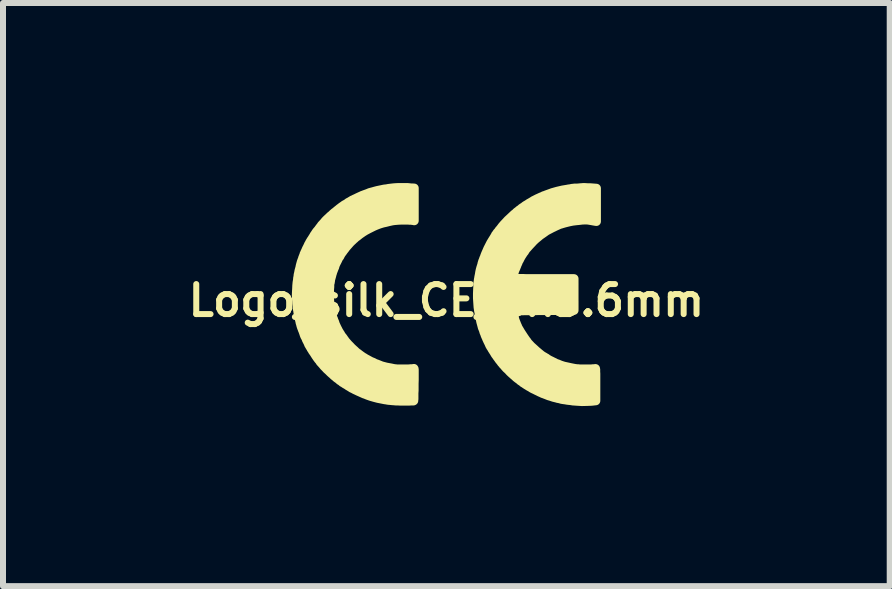
<source format=kicad_pcb>
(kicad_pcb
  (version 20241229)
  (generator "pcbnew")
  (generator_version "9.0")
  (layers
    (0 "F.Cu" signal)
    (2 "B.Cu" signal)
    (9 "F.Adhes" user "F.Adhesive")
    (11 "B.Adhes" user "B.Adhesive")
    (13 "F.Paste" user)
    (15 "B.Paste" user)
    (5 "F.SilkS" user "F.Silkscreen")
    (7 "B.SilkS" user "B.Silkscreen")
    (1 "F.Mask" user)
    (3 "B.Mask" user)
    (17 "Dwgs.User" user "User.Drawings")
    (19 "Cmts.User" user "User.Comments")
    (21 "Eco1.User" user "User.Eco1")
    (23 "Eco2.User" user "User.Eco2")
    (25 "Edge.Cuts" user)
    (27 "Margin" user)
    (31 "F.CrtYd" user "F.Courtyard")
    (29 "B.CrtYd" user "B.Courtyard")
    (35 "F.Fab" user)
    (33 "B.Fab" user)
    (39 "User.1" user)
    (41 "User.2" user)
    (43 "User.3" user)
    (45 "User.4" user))
  (footprint "Logo_silk_CE_5x3.6mm"
    (layer "F.Cu")
    (at 4.386 1.856)
    (property "Reference" "Logo_silk_CE_5x3.6mm" (at 0 0.1 0) (layer "F.SilkS") (effects (font (size 0.5 0.5) (thickness 0.1))))
    (attr exclude_from_pos_files)
    (fp_poly (pts (xy 2.499 -1.217) (xy 2.484 -1.219) (xy 2.438 -1.227) (xy 2.398 -1.234) (xy 2.362 -1.24) (xy 2.329 -1.242) (xy 2.304 -1.242) (xy 2.261 -1.24) (xy 2.212 -1.234) (xy 2.159 -1.229) (xy 2.103 -1.222) (xy 2.052 -1.212) (xy 2.007 -1.201) (xy 1.968 -1.191) (xy 1.933 -1.181) (xy 1.908 -1.173) (xy 1.882 -1.166) (xy 1.862 -1.156) (xy 1.839 -1.146) (xy 1.811 -1.133) (xy 1.781 -1.118) (xy 1.763 -1.11) (xy 1.725 -1.09) (xy 1.694 -1.074) (xy 1.666 -1.059) (xy 1.641 -1.041) (xy 1.613 -1.021) (xy 1.58 -0.998) (xy 1.562 -0.986) (xy 1.529 -0.958) (xy 1.491 -0.927) (xy 1.453 -0.892) (xy 1.417 -0.853) (xy 1.384 -0.818) (xy 1.359 -0.79) (xy 1.346 -0.775) (xy 1.333 -0.762) (xy 1.326 -0.752) (xy 1.318 -0.742) (xy 1.308 -0.726) (xy 1.303 -0.716) (xy 1.298 -0.709) (xy 1.29 -0.701) (xy 1.28 -0.686) (xy 1.265 -0.663) (xy 1.247 -0.635) (xy 1.229 -0.602) (xy 1.224 -0.592) (xy 1.217 -0.577) (xy 1.209 -0.564) (xy 1.206 -0.559) (xy 1.201 -0.551) (xy 1.196 -0.538) (xy 1.194 -0.531) (xy 1.186 -0.513) (xy 1.176 -0.493) (xy 1.176 -0.488) (xy 1.166 -0.465) (xy 1.156 -0.439) (xy 1.143 -0.411) (xy 1.135 -0.389) (xy 1.128 -0.366) (xy 1.123 -0.353) (xy 1.123 -0.351) (xy 1.12 -0.335) (xy 1.115 -0.318) (xy 1.11 -0.305) (xy 1.107 -0.287) (xy 1.105 -0.274) (xy 1.102 -0.269) (xy 1.107 -0.269) (xy 1.123 -0.267) (xy 1.148 -0.267) (xy 1.181 -0.267) (xy 1.224 -0.267) (xy 1.275 -0.267) (xy 1.336 -0.264) (xy 1.405 -0.264) (xy 1.478 -0.264) (xy 1.562 -0.264) (xy 1.615 -0.264) (xy 2.126 -0.264) (xy 2.126 0) (xy 2.126 0.264) (xy 1.613 0.267) (xy 1.1 0.272) (xy 1.113 0.32) (xy 1.12 0.353) (xy 1.133 0.391) (xy 1.143 0.427) (xy 1.156 0.46) (xy 1.166 0.485) (xy 1.173 0.503) (xy 1.181 0.521) (xy 1.184 0.526) (xy 1.191 0.546) (xy 1.201 0.564) (xy 1.212 0.582) (xy 1.222 0.599) (xy 1.234 0.62) (xy 1.25 0.645) (xy 1.267 0.671) (xy 1.283 0.696) (xy 1.3 0.721) (xy 1.316 0.744) (xy 1.326 0.759) (xy 1.333 0.77) (xy 1.336 0.77) (xy 1.346 0.785) (xy 1.356 0.8) (xy 1.369 0.815) (xy 1.389 0.836) (xy 1.412 0.861) (xy 1.44 0.886) (xy 1.471 0.914) (xy 1.499 0.94) (xy 1.527 0.963) (xy 1.544 0.978) (xy 1.557 0.988) (xy 1.567 0.996) (xy 1.57 0.998) (xy 1.577 1.006) (xy 1.593 1.016) (xy 1.608 1.026) (xy 1.626 1.036) (xy 1.643 1.046) (xy 1.654 1.054) (xy 1.661 1.057) (xy 1.666 1.059) (xy 1.666 1.062) (xy 1.669 1.064) (xy 1.681 1.072) (xy 1.699 1.082) (xy 1.722 1.095) (xy 1.748 1.107) (xy 1.773 1.12) (xy 1.801 1.133) (xy 1.824 1.146) (xy 1.844 1.153) (xy 1.847 1.153) (xy 1.902 1.176) (xy 1.958 1.194) (xy 2.014 1.206) (xy 2.073 1.219) (xy 2.139 1.232) (xy 2.177 1.237) (xy 2.195 1.237) (xy 2.217 1.24) (xy 2.245 1.24) (xy 2.278 1.24) (xy 2.314 1.24) (xy 2.349 1.24) (xy 2.385 1.24) (xy 2.416 1.24) (xy 2.443 1.237) (xy 2.464 1.237) (xy 2.477 1.234) (xy 2.479 1.234) (xy 2.482 1.234) (xy 2.484 1.234) (xy 2.484 1.237) (xy 2.487 1.245) (xy 2.487 1.255) (xy 2.487 1.27) (xy 2.487 1.29) (xy 2.489 1.318) (xy 2.489 1.354) (xy 2.489 1.394) (xy 2.489 1.445) (xy 2.489 1.501) (xy 2.489 1.77) (xy 2.418 1.778) (xy 2.342 1.781) (xy 2.258 1.783) (xy 2.177 1.778) (xy 2.136 1.775) (xy 2.106 1.773) (xy 2.078 1.768) (xy 2.052 1.765) (xy 2.032 1.763) (xy 2.009 1.76) (xy 1.981 1.755) (xy 1.966 1.753) (xy 1.943 1.75) (xy 1.915 1.745) (xy 1.9 1.74) (xy 1.88 1.735) (xy 1.852 1.73) (xy 1.826 1.722) (xy 1.824 1.722) (xy 1.783 1.712) (xy 1.745 1.699) (xy 1.704 1.687) (xy 1.659 1.669) (xy 1.638 1.661) (xy 1.626 1.656) (xy 1.61 1.651) (xy 1.598 1.646) (xy 1.577 1.636) (xy 1.554 1.626) (xy 1.529 1.613) (xy 1.501 1.6) (xy 1.476 1.587) (xy 1.45 1.575) (xy 1.43 1.565) (xy 1.417 1.557) (xy 1.41 1.554) (xy 1.405 1.549) (xy 1.397 1.544) (xy 1.377 1.534) (xy 1.361 1.524) (xy 1.356 1.521) (xy 1.349 1.516) (xy 1.336 1.509) (xy 1.321 1.499) (xy 1.313 1.494) (xy 1.295 1.481) (xy 1.28 1.473) (xy 1.273 1.468) (xy 1.273 1.466) (xy 1.267 1.46) (xy 1.255 1.453) (xy 1.252 1.45) (xy 1.24 1.443) (xy 1.232 1.438) (xy 1.232 1.435) (xy 1.224 1.43) (xy 1.214 1.422) (xy 1.212 1.42) (xy 1.184 1.4) (xy 1.168 1.387) (xy 1.161 1.382) (xy 1.151 1.372) (xy 1.133 1.356) (xy 1.115 1.341) (xy 1.11 1.336) (xy 1.087 1.316) (xy 1.057 1.288) (xy 1.029 1.257) (xy 0.998 1.229) (xy 0.973 1.201) (xy 0.953 1.176) (xy 0.945 1.171) (xy 0.935 1.156) (xy 0.925 1.143) (xy 0.922 1.143) (xy 0.912 1.13) (xy 0.902 1.115) (xy 0.899 1.113) (xy 0.892 1.102) (xy 0.884 1.095) (xy 0.884 1.092) (xy 0.879 1.087) (xy 0.871 1.077) (xy 0.864 1.064) (xy 0.853 1.052) (xy 0.846 1.041) (xy 0.841 1.036) (xy 0.838 1.031) (xy 0.831 1.019) (xy 0.818 1.003) (xy 0.805 0.983) (xy 0.805 0.98) (xy 0.792 0.96) (xy 0.78 0.942) (xy 0.772 0.927) (xy 0.767 0.922) (xy 0.762 0.914) (xy 0.757 0.902) (xy 0.744 0.884) (xy 0.744 0.881) (xy 0.739 0.871) (xy 0.734 0.869) (xy 0.732 0.861) (xy 0.724 0.851) (xy 0.716 0.833) (xy 0.706 0.81) (xy 0.696 0.79) (xy 0.686 0.77) (xy 0.681 0.757) (xy 0.673 0.742) (xy 0.665 0.721) (xy 0.658 0.706) (xy 0.65 0.688) (xy 0.645 0.676) (xy 0.643 0.668) (xy 0.64 0.66) (xy 0.638 0.655) (xy 0.635 0.645) (xy 0.627 0.63) (xy 0.622 0.612) (xy 0.617 0.594) (xy 0.61 0.577) (xy 0.607 0.569) (xy 0.599 0.551) (xy 0.592 0.523) (xy 0.584 0.493) (xy 0.574 0.457) (xy 0.566 0.419) (xy 0.559 0.384) (xy 0.551 0.351) (xy 0.546 0.323) (xy 0.544 0.305) (xy 0.541 0.287) (xy 0.538 0.277) (xy 0.528 0.211) (xy 0.523 0.137) (xy 0.518 0.061) (xy 0.518 -0.015) (xy 0.521 -0.091) (xy 0.521 -0.094) (xy 0.523 -0.127) (xy 0.526 -0.16) (xy 0.526 -0.188) (xy 0.528 -0.211) (xy 0.531 -0.224) (xy 0.533 -0.246) (xy 0.538 -0.272) (xy 0.541 -0.292) (xy 0.549 -0.33) (xy 0.556 -0.373) (xy 0.564 -0.411) (xy 0.574 -0.447) (xy 0.584 -0.478) (xy 0.587 -0.488) (xy 0.592 -0.5) (xy 0.592 -0.508) (xy 0.594 -0.518) (xy 0.599 -0.533) (xy 0.605 -0.554) (xy 0.615 -0.577) (xy 0.622 -0.599) (xy 0.627 -0.61) (xy 0.632 -0.62) (xy 0.638 -0.638) (xy 0.64 -0.645) (xy 0.653 -0.678) (xy 0.671 -0.719) (xy 0.691 -0.765) (xy 0.714 -0.81) (xy 0.739 -0.859) (xy 0.765 -0.902) (xy 0.79 -0.942) (xy 0.8 -0.958) (xy 0.808 -0.973) (xy 0.815 -0.983) (xy 0.818 -0.988) (xy 0.82 -0.996) (xy 0.826 -1.001) (xy 0.833 -1.008) (xy 0.833 -1.011) (xy 0.841 -1.024) (xy 0.848 -1.034) (xy 0.856 -1.041) (xy 0.866 -1.054) (xy 0.869 -1.057) (xy 0.876 -1.069) (xy 0.884 -1.079) (xy 0.886 -1.079) (xy 0.892 -1.087) (xy 0.902 -1.1) (xy 0.904 -1.102) (xy 0.927 -1.133) (xy 0.955 -1.166) (xy 0.988 -1.201) (xy 1.024 -1.24) (xy 1.062 -1.275) (xy 1.097 -1.308) (xy 1.13 -1.339) (xy 1.133 -1.341) (xy 1.153 -1.356) (xy 1.168 -1.372) (xy 1.181 -1.382) (xy 1.189 -1.387) (xy 1.212 -1.407) (xy 1.232 -1.42) (xy 1.245 -1.43) (xy 1.252 -1.438) (xy 1.255 -1.438) (xy 1.262 -1.445) (xy 1.275 -1.453) (xy 1.28 -1.455) (xy 1.295 -1.466) (xy 1.306 -1.476) (xy 1.308 -1.476) (xy 1.321 -1.486) (xy 1.331 -1.491) (xy 1.344 -1.499) (xy 1.349 -1.501) (xy 1.354 -1.506) (xy 1.364 -1.511) (xy 1.374 -1.519) (xy 1.389 -1.527) (xy 1.41 -1.539) (xy 1.415 -1.542) (xy 1.435 -1.554) (xy 1.455 -1.567) (xy 1.473 -1.575) (xy 1.476 -1.577) (xy 1.511 -1.595) (xy 1.544 -1.61) (xy 1.572 -1.623) (xy 1.598 -1.633) (xy 1.613 -1.641) (xy 1.623 -1.646) (xy 1.633 -1.646) (xy 1.648 -1.654) (xy 1.674 -1.664) (xy 1.694 -1.671) (xy 1.765 -1.697) (xy 1.847 -1.72) (xy 1.933 -1.74) (xy 2.022 -1.755) (xy 2.035 -1.758) (xy 2.057 -1.76) (xy 2.08 -1.765) (xy 2.095 -1.768) (xy 2.116 -1.77) (xy 2.139 -1.773) (xy 2.159 -1.773) (xy 2.182 -1.773) (xy 2.207 -1.775) (xy 2.235 -1.778) (xy 2.243 -1.778) (xy 2.273 -1.781) (xy 2.311 -1.781) (xy 2.357 -1.778) (xy 2.395 -1.778) (xy 2.499 -1.77) (xy 2.499 -1.494) (xy 2.499 -1.217)) (stroke (width 0.15) (type solid)) (fill yes) (layer "F.SilkS"))
    (fp_poly (pts (xy -0.536 -1.229) (xy -0.554 -1.234) (xy -0.566 -1.234) (xy -0.584 -1.237) (xy -0.61 -1.237) (xy -0.64 -1.24) (xy -0.673 -1.24) (xy -0.744 -1.24) (xy -0.808 -1.237) (xy -0.866 -1.232) (xy -0.902 -1.227) (xy -0.96 -1.214) (xy -1.011 -1.201) (xy -1.057 -1.191) (xy -1.097 -1.179) (xy -1.135 -1.166) (xy -1.173 -1.151) (xy -1.214 -1.133) (xy -1.25 -1.115) (xy -1.3 -1.09) (xy -1.349 -1.064) (xy -1.389 -1.039) (xy -1.422 -1.016) (xy -1.448 -0.998) (xy -1.453 -0.993) (xy -1.46 -0.988) (xy -1.473 -0.978) (xy -1.476 -0.975) (xy -1.488 -0.965) (xy -1.499 -0.96) (xy -1.501 -0.958) (xy -1.506 -0.953) (xy -1.519 -0.942) (xy -1.534 -0.927) (xy -1.542 -0.922) (xy -1.562 -0.902) (xy -1.582 -0.884) (xy -1.6 -0.866) (xy -1.618 -0.846) (xy -1.638 -0.823) (xy -1.654 -0.805) (xy -1.674 -0.782) (xy -1.692 -0.757) (xy -1.712 -0.732) (xy -1.73 -0.706) (xy -1.748 -0.683) (xy -1.76 -0.663) (xy -1.768 -0.648) (xy -1.773 -0.64) (xy -1.773 -0.638) (xy -1.775 -0.632) (xy -1.781 -0.627) (xy -1.791 -0.612) (xy -1.801 -0.594) (xy -1.811 -0.572) (xy -1.824 -0.546) (xy -1.836 -0.523) (xy -1.847 -0.5) (xy -1.854 -0.48) (xy -1.859 -0.467) (xy -1.859 -0.462) (xy -1.862 -0.452) (xy -1.864 -0.452) (xy -1.867 -0.445) (xy -1.872 -0.429) (xy -1.875 -0.424) (xy -1.88 -0.409) (xy -1.885 -0.399) (xy -1.885 -0.396) (xy -1.887 -0.391) (xy -1.89 -0.384) (xy -1.895 -0.371) (xy -1.9 -0.351) (xy -1.908 -0.328) (xy -1.91 -0.315) (xy -1.915 -0.297) (xy -1.92 -0.279) (xy -1.925 -0.262) (xy -1.93 -0.244) (xy -1.93 -0.231) (xy -1.933 -0.216) (xy -1.935 -0.198) (xy -1.941 -0.183) (xy -1.943 -0.16) (xy -1.943 -0.127) (xy -1.946 -0.094) (xy -1.948 -0.053) (xy -1.948 -0.015) (xy -1.948 0.02) (xy -1.948 0.058) (xy -1.946 0.086) (xy -1.943 0.132) (xy -1.941 0.17) (xy -1.935 0.203) (xy -1.93 0.234) (xy -1.925 0.267) (xy -1.915 0.3) (xy -1.91 0.318) (xy -1.905 0.34) (xy -1.897 0.361) (xy -1.895 0.373) (xy -1.89 0.389) (xy -1.887 0.399) (xy -1.885 0.399) (xy -1.882 0.406) (xy -1.877 0.422) (xy -1.875 0.429) (xy -1.869 0.442) (xy -1.864 0.455) (xy -1.864 0.457) (xy -1.859 0.465) (xy -1.859 0.467) (xy -1.857 0.475) (xy -1.852 0.49) (xy -1.844 0.508) (xy -1.839 0.518) (xy -1.829 0.541) (xy -1.819 0.561) (xy -1.811 0.577) (xy -1.808 0.582) (xy -1.801 0.597) (xy -1.791 0.615) (xy -1.788 0.62) (xy -1.778 0.635) (xy -1.773 0.645) (xy -1.773 0.648) (xy -1.77 0.653) (xy -1.768 0.653) (xy -1.763 0.658) (xy -1.763 0.66) (xy -1.76 0.665) (xy -1.753 0.678) (xy -1.74 0.696) (xy -1.727 0.711) (xy -1.714 0.729) (xy -1.709 0.737) (xy -1.702 0.747) (xy -1.692 0.759) (xy -1.689 0.767) (xy -1.676 0.782) (xy -1.656 0.805) (xy -1.633 0.831) (xy -1.605 0.859) (xy -1.577 0.889) (xy -1.544 0.919) (xy -1.529 0.932) (xy -1.511 0.95) (xy -1.499 0.96) (xy -1.491 0.968) (xy -1.481 0.975) (xy -1.471 0.98) (xy -1.458 0.991) (xy -1.445 1.001) (xy -1.435 1.008) (xy -1.43 1.011) (xy -1.425 1.016) (xy -1.41 1.026) (xy -1.392 1.039) (xy -1.369 1.052) (xy -1.346 1.067) (xy -1.323 1.079) (xy -1.29 1.097) (xy -1.257 1.115) (xy -1.219 1.13) (xy -1.186 1.148) (xy -1.156 1.158) (xy -1.079 1.189) (xy -1.003 1.209) (xy -0.922 1.224) (xy -0.899 1.229) (xy -0.874 1.234) (xy -0.859 1.237) (xy -0.846 1.237) (xy -0.826 1.24) (xy -0.798 1.24) (xy -0.767 1.24) (xy -0.732 1.24) (xy -0.696 1.24) (xy -0.66 1.24) (xy -0.627 1.24) (xy -0.597 1.237) (xy -0.572 1.237) (xy -0.554 1.234) (xy -0.544 1.234) (xy -0.541 1.232) (xy -0.541 1.234) (xy -0.538 1.237) (xy -0.538 1.242) (xy -0.536 1.25) (xy -0.536 1.265) (xy -0.536 1.283) (xy -0.536 1.308) (xy -0.536 1.339) (xy -0.536 1.379) (xy -0.536 1.425) (xy -0.538 1.483) (xy -0.538 1.499) (xy -0.538 1.552) (xy -0.538 1.6) (xy -0.541 1.643) (xy -0.541 1.684) (xy -0.541 1.717) (xy -0.541 1.742) (xy -0.544 1.76) (xy -0.544 1.77) (xy -0.549 1.773) (xy -0.564 1.773) (xy -0.584 1.773) (xy -0.612 1.775) (xy -0.643 1.775) (xy -0.678 1.775) (xy -0.711 1.775) (xy -0.747 1.775) (xy -0.78 1.775) (xy -0.81 1.773) (xy -0.833 1.773) (xy -0.843 1.773) (xy -0.874 1.77) (xy -0.904 1.768) (xy -0.932 1.765) (xy -0.953 1.763) (xy -0.958 1.763) (xy -0.98 1.76) (xy -1.006 1.755) (xy -1.024 1.753) (xy -1.079 1.742) (xy -1.14 1.73) (xy -1.201 1.714) (xy -1.26 1.697) (xy -1.311 1.679) (xy -1.331 1.671) (xy -1.341 1.666) (xy -1.356 1.661) (xy -1.372 1.656) (xy -1.389 1.648) (xy -1.412 1.638) (xy -1.438 1.626) (xy -1.468 1.613) (xy -1.499 1.598) (xy -1.527 1.585) (xy -1.554 1.57) (xy -1.577 1.56) (xy -1.593 1.549) (xy -1.603 1.544) (xy -1.605 1.542) (xy -1.61 1.539) (xy -1.621 1.532) (xy -1.636 1.524) (xy -1.654 1.511) (xy -1.674 1.499) (xy -1.697 1.486) (xy -1.714 1.473) (xy -1.73 1.466) (xy -1.74 1.458) (xy -1.742 1.455) (xy -1.748 1.45) (xy -1.758 1.443) (xy -1.763 1.44) (xy -1.775 1.433) (xy -1.783 1.427) (xy -1.783 1.425) (xy -1.788 1.42) (xy -1.798 1.412) (xy -1.814 1.402) (xy -1.816 1.4) (xy -1.834 1.387) (xy -1.847 1.374) (xy -1.857 1.367) (xy -1.867 1.359) (xy -1.882 1.346) (xy -1.895 1.333) (xy -1.915 1.316) (xy -1.938 1.295) (xy -1.963 1.27) (xy -1.991 1.245) (xy -2.017 1.217) (xy -2.04 1.194) (xy -2.055 1.176) (xy -2.057 1.173) (xy -2.075 1.153) (xy -2.088 1.138) (xy -2.101 1.125) (xy -2.108 1.113) (xy -2.118 1.097) (xy -2.126 1.09) (xy -2.139 1.074) (xy -2.146 1.062) (xy -2.154 1.054) (xy -2.162 1.041) (xy -2.174 1.024) (xy -2.189 1.001) (xy -2.205 0.975) (xy -2.217 0.958) (xy -2.23 0.94) (xy -2.24 0.922) (xy -2.245 0.912) (xy -2.248 0.909) (xy -2.253 0.904) (xy -2.253 0.902) (xy -2.256 0.894) (xy -2.263 0.884) (xy -2.268 0.876) (xy -2.273 0.869) (xy -2.278 0.859) (xy -2.286 0.846) (xy -2.294 0.833) (xy -2.301 0.813) (xy -2.314 0.787) (xy -2.332 0.752) (xy -2.337 0.737) (xy -2.349 0.711) (xy -2.36 0.693) (xy -2.365 0.678) (xy -2.37 0.668) (xy -2.372 0.658) (xy -2.377 0.645) (xy -2.377 0.643) (xy -2.383 0.627) (xy -2.39 0.607) (xy -2.4 0.584) (xy -2.403 0.574) (xy -2.413 0.549) (xy -2.423 0.518) (xy -2.431 0.485) (xy -2.436 0.472) (xy -2.441 0.445) (xy -2.449 0.414) (xy -2.454 0.386) (xy -2.459 0.373) (xy -2.464 0.351) (xy -2.466 0.328) (xy -2.471 0.31) (xy -2.471 0.307) (xy -2.474 0.287) (xy -2.477 0.264) (xy -2.479 0.257) (xy -2.484 0.229) (xy -2.487 0.191) (xy -2.492 0.15) (xy -2.494 0.107) (xy -2.497 0.064) (xy -2.499 0.025) (xy -2.499 -0.003) (xy -2.497 -0.046) (xy -2.494 -0.097) (xy -2.492 -0.147) (xy -2.487 -0.201) (xy -2.479 -0.246) (xy -2.479 -0.254) (xy -2.477 -0.277) (xy -2.471 -0.297) (xy -2.471 -0.31) (xy -2.469 -0.328) (xy -2.464 -0.348) (xy -2.459 -0.371) (xy -2.459 -0.373) (xy -2.454 -0.399) (xy -2.446 -0.427) (xy -2.438 -0.457) (xy -2.436 -0.472) (xy -2.428 -0.503) (xy -2.421 -0.528) (xy -2.416 -0.546) (xy -2.41 -0.561) (xy -2.408 -0.569) (xy -2.403 -0.579) (xy -2.398 -0.594) (xy -2.393 -0.612) (xy -2.385 -0.63) (xy -2.38 -0.645) (xy -2.375 -0.655) (xy -2.372 -0.665) (xy -2.37 -0.668) (xy -2.37 -0.676) (xy -2.362 -0.688) (xy -2.355 -0.709) (xy -2.349 -0.719) (xy -2.332 -0.759) (xy -2.316 -0.79) (xy -2.304 -0.815) (xy -2.294 -0.838) (xy -2.283 -0.853) (xy -2.276 -0.871) (xy -2.266 -0.886) (xy -2.256 -0.904) (xy -2.243 -0.922) (xy -2.228 -0.947) (xy -2.225 -0.95) (xy -2.215 -0.968) (xy -2.207 -0.98) (xy -2.202 -0.991) (xy -2.2 -0.996) (xy -2.195 -1.001) (xy -2.187 -1.011) (xy -2.184 -1.013) (xy -2.177 -1.029) (xy -2.169 -1.039) (xy -2.167 -1.041) (xy -2.162 -1.049) (xy -2.151 -1.062) (xy -2.136 -1.079) (xy -2.121 -1.1) (xy -2.106 -1.12) (xy -2.09 -1.14) (xy -2.08 -1.156) (xy -2.073 -1.163) (xy -2.065 -1.171) (xy -2.052 -1.186) (xy -2.037 -1.201) (xy -2.032 -1.209) (xy -2.012 -1.232) (xy -1.994 -1.25) (xy -1.976 -1.267) (xy -1.956 -1.285) (xy -1.935 -1.306) (xy -1.91 -1.326) (xy -1.892 -1.344) (xy -1.88 -1.354) (xy -1.869 -1.364) (xy -1.862 -1.369) (xy -1.854 -1.374) (xy -1.849 -1.379) (xy -1.836 -1.389) (xy -1.824 -1.4) (xy -1.821 -1.402) (xy -1.811 -1.41) (xy -1.798 -1.42) (xy -1.783 -1.433) (xy -1.768 -1.443) (xy -1.758 -1.453) (xy -1.753 -1.455) (xy -1.748 -1.46) (xy -1.735 -1.468) (xy -1.717 -1.481) (xy -1.699 -1.494) (xy -1.679 -1.504) (xy -1.664 -1.514) (xy -1.651 -1.521) (xy -1.646 -1.524) (xy -1.638 -1.529) (xy -1.636 -1.534) (xy -1.631 -1.537) (xy -1.628 -1.537) (xy -1.623 -1.539) (xy -1.61 -1.547) (xy -1.603 -1.552) (xy -1.585 -1.562) (xy -1.565 -1.575) (xy -1.549 -1.58) (xy -1.532 -1.59) (xy -1.509 -1.6) (xy -1.483 -1.613) (xy -1.466 -1.621) (xy -1.44 -1.633) (xy -1.422 -1.641) (xy -1.407 -1.648) (xy -1.394 -1.654) (xy -1.384 -1.656) (xy -1.374 -1.661) (xy -1.318 -1.681) (xy -1.298 -1.689) (xy -1.28 -1.697) (xy -1.255 -1.704) (xy -1.224 -1.712) (xy -1.189 -1.722) (xy -1.151 -1.732) (xy -1.113 -1.74) (xy -1.074 -1.748) (xy -1.041 -1.755) (xy -1.019 -1.758) (xy -0.996 -1.76) (xy -0.973 -1.765) (xy -0.953 -1.768) (xy -0.912 -1.773) (xy -0.866 -1.778) (xy -0.813 -1.781) (xy -0.754 -1.781) (xy -0.696 -1.781) (xy -0.64 -1.781) (xy -0.587 -1.775) (xy -0.566 -1.775) (xy -0.536 -1.773) (xy -0.536 -1.501) (xy -0.536 -1.229)) (stroke (width 0.15) (type solid)) (fill yes) (layer "F.SilkS")))
  (gr_rect
    (start -3 -3)
    (end 11.771 6.714)
    (stroke (width 0.1) (type default))
    (fill no)
    (layer "Edge.Cuts")))
</source>
